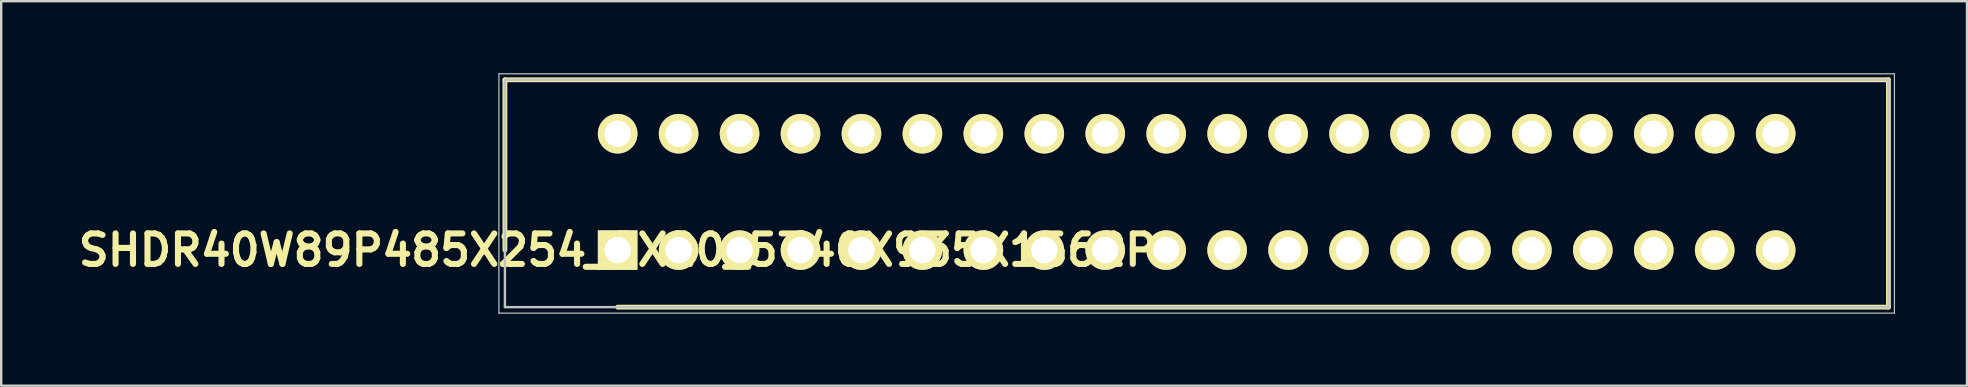
<source format=kicad_pcb>
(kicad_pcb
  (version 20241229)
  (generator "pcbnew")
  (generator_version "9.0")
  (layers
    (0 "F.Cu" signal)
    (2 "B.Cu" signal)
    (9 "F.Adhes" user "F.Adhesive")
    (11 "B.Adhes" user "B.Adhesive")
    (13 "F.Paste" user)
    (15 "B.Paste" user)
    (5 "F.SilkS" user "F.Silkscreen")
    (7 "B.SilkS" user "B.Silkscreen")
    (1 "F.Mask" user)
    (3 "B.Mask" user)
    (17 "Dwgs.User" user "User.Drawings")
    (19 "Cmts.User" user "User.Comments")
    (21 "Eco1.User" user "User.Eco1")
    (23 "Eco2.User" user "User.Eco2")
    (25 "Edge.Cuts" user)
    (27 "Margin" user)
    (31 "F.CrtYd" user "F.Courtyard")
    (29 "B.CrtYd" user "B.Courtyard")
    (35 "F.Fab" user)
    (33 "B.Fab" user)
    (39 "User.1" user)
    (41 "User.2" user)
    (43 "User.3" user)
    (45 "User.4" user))
  (footprint "SHDR40W89P485X254_2X20_5740X935X1562P"
    (layer "F.Cu")
    (at 22.691 7.374)
    (property "Reference" "SHDR40W89P485X254_2X20_5740X935X1562P" (at 0 0 0) (layer "F.SilkS") (effects (font (size 1.27 1.27) (thickness 0.254))))
    (attr through_hole)
    (fp_line (start -4.699 -7.099) (end -4.699 0) (stroke (width 0.2) (type solid)) (layer "F.SilkS"))
    (fp_line (start 0 2.375) (end 52.959 2.375) (stroke (width 0.2) (type solid)) (layer "F.SilkS"))
    (fp_line (start 52.959 -7.099) (end -4.699 -7.099) (stroke (width 0.2) (type solid)) (layer "F.SilkS"))
    (fp_line (start 52.959 2.375) (end 52.959 -7.099) (stroke (width 0.2) (type solid)) (layer "F.SilkS"))
    (fp_line (start -4.949 -7.349) (end 53.209 -7.349) (stroke (width 0.05) (type solid)) (layer "Dwgs.User"))
    (fp_line (start -4.949 2.625) (end -4.949 -7.349) (stroke (width 0.05) (type solid)) (layer "Dwgs.User"))
    (fp_line (start -4.699 -7.099) (end 52.959 -7.099) (stroke (width 0.1) (type solid)) (layer "Dwgs.User"))
    (fp_line (start -4.699 2.375) (end -4.699 -7.099) (stroke (width 0.1) (type solid)) (layer "Dwgs.User"))
    (fp_line (start 52.959 -7.099) (end 52.959 2.375) (stroke (width 0.1) (type solid)) (layer "Dwgs.User"))
    (fp_line (start 52.959 2.375) (end -4.699 2.375) (stroke (width 0.1) (type solid)) (layer "Dwgs.User"))
    (fp_line (start 53.209 -7.349) (end 53.209 2.625) (stroke (width 0.05) (type solid)) (layer "Dwgs.User"))
    (fp_line (start 53.209 2.625) (end -4.949 2.625) (stroke (width 0.05) (type solid)) (layer "Dwgs.User"))
    (pad "1" thru_hole rect (at 0 0 90) (size 1.65 1.65) (drill 1.1) (layers "*.Cu" "*.Mask" "F.SilkS"))
    (pad "2" thru_hole circle (at 0 -4.851 90) (size 1.65 1.65) (drill 1.1) (layers "*.Cu" "*.Mask" "F.SilkS"))
    (pad "3" thru_hole circle (at 2.54 0 90) (size 1.65 1.65) (drill 1.1) (layers "*.Cu" "*.Mask" "F.SilkS"))
    (pad "4" thru_hole circle (at 2.54 -4.851 90) (size 1.65 1.65) (drill 1.1) (layers "*.Cu" "*.Mask" "F.SilkS"))
    (pad "5" thru_hole circle (at 5.08 0 90) (size 1.65 1.65) (drill 1.1) (layers "*.Cu" "*.Mask" "F.SilkS"))
    (pad "6" thru_hole circle (at 5.08 -4.851 90) (size 1.65 1.65) (drill 1.1) (layers "*.Cu" "*.Mask" "F.SilkS"))
    (pad "7" thru_hole circle (at 7.62 0 90) (size 1.65 1.65) (drill 1.1) (layers "*.Cu" "*.Mask" "F.SilkS"))
    (pad "8" thru_hole circle (at 7.62 -4.851 90) (size 1.65 1.65) (drill 1.1) (layers "*.Cu" "*.Mask" "F.SilkS"))
    (pad "9" thru_hole circle (at 10.16 0 90) (size 1.65 1.65) (drill 1.1) (layers "*.Cu" "*.Mask" "F.SilkS"))
    (pad "10" thru_hole circle (at 10.16 -4.851 90) (size 1.65 1.65) (drill 1.1) (layers "*.Cu" "*.Mask" "F.SilkS"))
    (pad "11" thru_hole circle (at 12.7 0 90) (size 1.65 1.65) (drill 1.1) (layers "*.Cu" "*.Mask" "F.SilkS"))
    (pad "12" thru_hole circle (at 12.7 -4.851 90) (size 1.65 1.65) (drill 1.1) (layers "*.Cu" "*.Mask" "F.SilkS"))
    (pad "13" thru_hole circle (at 15.24 0 90) (size 1.65 1.65) (drill 1.1) (layers "*.Cu" "*.Mask" "F.SilkS"))
    (pad "14" thru_hole circle (at 15.24 -4.851 90) (size 1.65 1.65) (drill 1.1) (layers "*.Cu" "*.Mask" "F.SilkS"))
    (pad "15" thru_hole circle (at 17.78 0 90) (size 1.65 1.65) (drill 1.1) (layers "*.Cu" "*.Mask" "F.SilkS"))
    (pad "16" thru_hole circle (at 17.78 -4.851 90) (size 1.65 1.65) (drill 1.1) (layers "*.Cu" "*.Mask" "F.SilkS"))
    (pad "17" thru_hole circle (at 20.32 0 90) (size 1.65 1.65) (drill 1.1) (layers "*.Cu" "*.Mask" "F.SilkS"))
    (pad "18" thru_hole circle (at 20.32 -4.851 90) (size 1.65 1.65) (drill 1.1) (layers "*.Cu" "*.Mask" "F.SilkS"))
    (pad "19" thru_hole circle (at 22.86 0 90) (size 1.65 1.65) (drill 1.1) (layers "*.Cu" "*.Mask" "F.SilkS"))
    (pad "20" thru_hole circle (at 22.86 -4.851 90) (size 1.65 1.65) (drill 1.1) (layers "*.Cu" "*.Mask" "F.SilkS"))
    (pad "21" thru_hole circle (at 25.4 0 90) (size 1.65 1.65) (drill 1.1) (layers "*.Cu" "*.Mask" "F.SilkS"))
    (pad "22" thru_hole circle (at 25.4 -4.851 90) (size 1.65 1.65) (drill 1.1) (layers "*.Cu" "*.Mask" "F.SilkS"))
    (pad "23" thru_hole circle (at 27.94 0 90) (size 1.65 1.65) (drill 1.1) (layers "*.Cu" "*.Mask" "F.SilkS"))
    (pad "24" thru_hole circle (at 27.94 -4.851 90) (size 1.65 1.65) (drill 1.1) (layers "*.Cu" "*.Mask" "F.SilkS"))
    (pad "25" thru_hole circle (at 30.48 0 90) (size 1.65 1.65) (drill 1.1) (layers "*.Cu" "*.Mask" "F.SilkS"))
    (pad "26" thru_hole circle (at 30.48 -4.851 90) (size 1.65 1.65) (drill 1.1) (layers "*.Cu" "*.Mask" "F.SilkS"))
    (pad "27" thru_hole circle (at 33.02 0 90) (size 1.65 1.65) (drill 1.1) (layers "*.Cu" "*.Mask" "F.SilkS"))
    (pad "28" thru_hole circle (at 33.02 -4.851 90) (size 1.65 1.65) (drill 1.1) (layers "*.Cu" "*.Mask" "F.SilkS"))
    (pad "29" thru_hole circle (at 35.56 0 90) (size 1.65 1.65) (drill 1.1) (layers "*.Cu" "*.Mask" "F.SilkS"))
    (pad "30" thru_hole circle (at 35.56 -4.851 90) (size 1.65 1.65) (drill 1.1) (layers "*.Cu" "*.Mask" "F.SilkS"))
    (pad "31" thru_hole circle (at 38.1 0 90) (size 1.65 1.65) (drill 1.1) (layers "*.Cu" "*.Mask" "F.SilkS"))
    (pad "32" thru_hole circle (at 38.1 -4.851 90) (size 1.65 1.65) (drill 1.1) (layers "*.Cu" "*.Mask" "F.SilkS"))
    (pad "33" thru_hole circle (at 40.64 0 90) (size 1.65 1.65) (drill 1.1) (layers "*.Cu" "*.Mask" "F.SilkS"))
    (pad "34" thru_hole circle (at 40.64 -4.851 90) (size 1.65 1.65) (drill 1.1) (layers "*.Cu" "*.Mask" "F.SilkS"))
    (pad "35" thru_hole circle (at 43.18 0 90) (size 1.65 1.65) (drill 1.1) (layers "*.Cu" "*.Mask" "F.SilkS"))
    (pad "36" thru_hole circle (at 43.18 -4.851 90) (size 1.65 1.65) (drill 1.1) (layers "*.Cu" "*.Mask" "F.SilkS"))
    (pad "37" thru_hole circle (at 45.72 0 90) (size 1.65 1.65) (drill 1.1) (layers "*.Cu" "*.Mask" "F.SilkS"))
    (pad "38" thru_hole circle (at 45.72 -4.851 90) (size 1.65 1.65) (drill 1.1) (layers "*.Cu" "*.Mask" "F.SilkS"))
    (pad "39" thru_hole circle (at 48.26 0 90) (size 1.65 1.65) (drill 1.1) (layers "*.Cu" "*.Mask" "F.SilkS"))
    (pad "40" thru_hole circle (at 48.26 -4.851 90) (size 1.65 1.65) (drill 1.1) (layers "*.Cu" "*.Mask" "F.SilkS")))
  (gr_rect
    (start -3 -3)
    (end 78.925 13.024)
    (stroke (width 0.1) (type default))
    (fill no)
    (layer "Edge.Cuts")))
</source>
